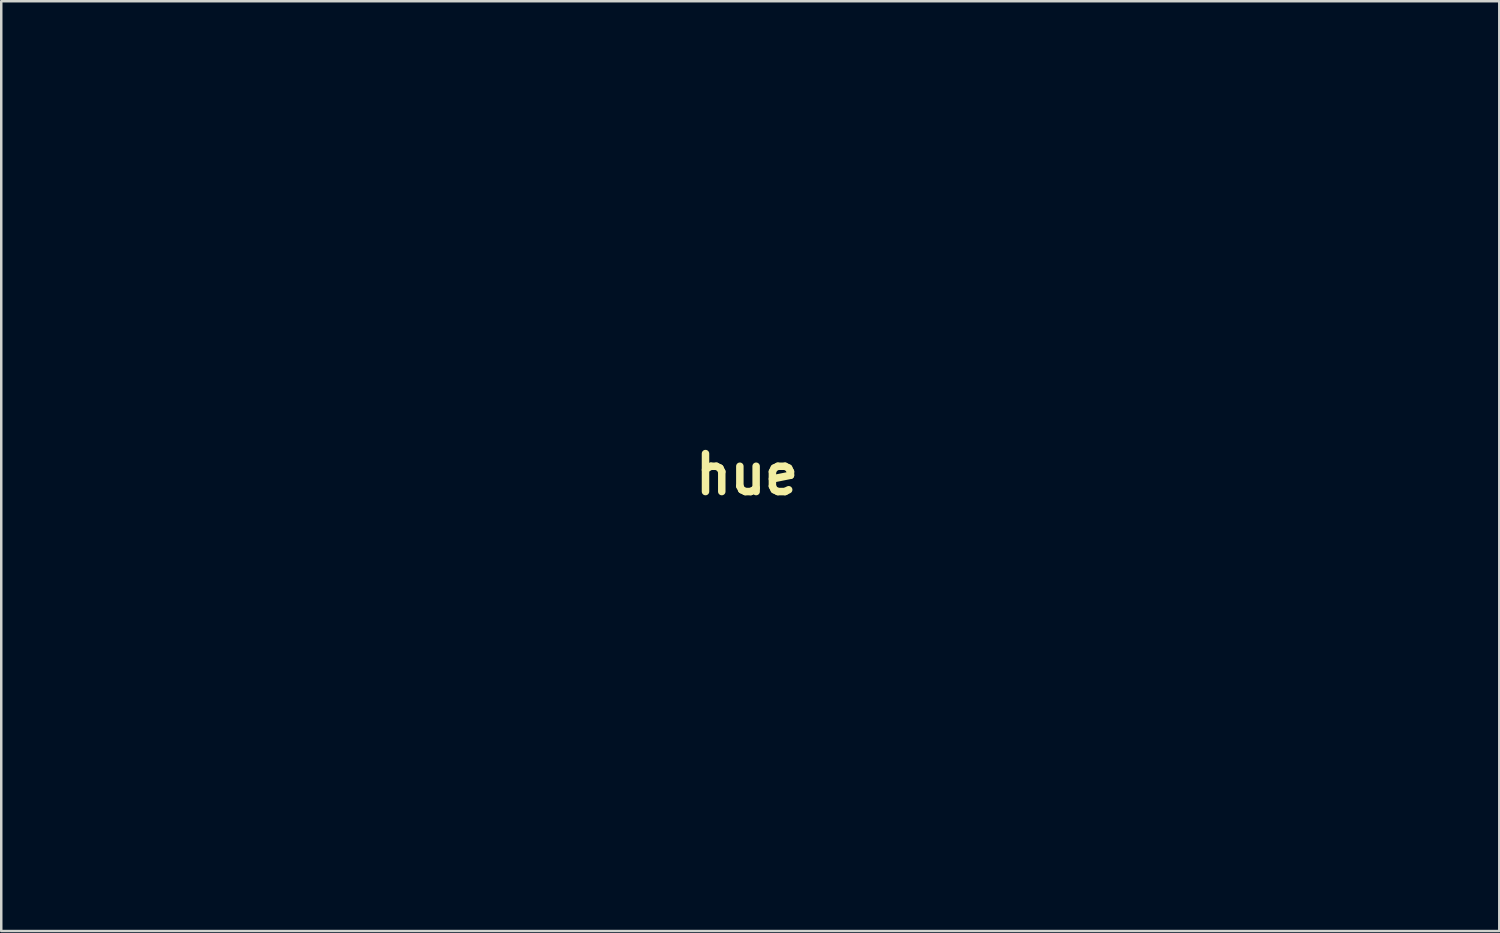
<source format=kicad_pcb>
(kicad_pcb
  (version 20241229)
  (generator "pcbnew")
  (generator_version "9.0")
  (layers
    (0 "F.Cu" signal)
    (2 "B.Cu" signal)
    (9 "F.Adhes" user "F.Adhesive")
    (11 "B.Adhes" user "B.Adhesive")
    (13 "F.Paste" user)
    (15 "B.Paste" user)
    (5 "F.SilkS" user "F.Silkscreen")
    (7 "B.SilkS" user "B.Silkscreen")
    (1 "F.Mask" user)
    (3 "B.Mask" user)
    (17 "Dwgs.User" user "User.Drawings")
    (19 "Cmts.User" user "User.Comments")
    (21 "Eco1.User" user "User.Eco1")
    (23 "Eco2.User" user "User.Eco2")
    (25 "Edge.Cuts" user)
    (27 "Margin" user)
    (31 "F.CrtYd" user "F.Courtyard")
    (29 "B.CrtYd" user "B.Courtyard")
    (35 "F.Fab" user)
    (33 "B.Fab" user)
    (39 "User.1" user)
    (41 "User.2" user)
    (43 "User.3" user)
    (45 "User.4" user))
  (footprint "hue"
    (layer "F.Cu")
    (at 26.932 15.988)
    (property "Reference" "hue" (at 0 0 0) (layer "F.SilkS") (effects (font (size 1.524 1.524) (thickness 0.3))))
    (attr through_hole)
    (fp_poly (pts (xy -15.016 15.22) (xy -18.376 15.22) (xy -18.376 12.013) (xy -15.016 12.013) (xy -15.016 15.22)) (stroke (width 0.01) (type solid)) (fill yes) (layer "F.Mask"))
    (fp_poly (pts (xy -6.108 15.22) (xy -9.773 15.22) (xy -9.773 13.591) (xy -6.108 13.591) (xy -6.108 15.22)) (stroke (width 0.01) (type solid)) (fill yes) (layer "F.Mask"))
    (fp_poly (pts (xy 11.402 15.321) (xy 7.686 15.321) (xy 7.686 13.591) (xy 11.402 13.591) (xy 11.402 15.321)) (stroke (width 0.01) (type solid)) (fill yes) (layer "F.Mask"))
    (fp_poly (pts (xy 19.801 15.321) (xy 16.594 15.321) (xy 16.594 13.591) (xy 19.801 13.591) (xy 19.801 15.321)) (stroke (width 0.01) (type solid)) (fill yes) (layer "F.Mask"))
    (fp_poly (pts (xy -23.568 1.527) (xy -18.426 1.527) (xy -18.426 5.141) (xy -21.684 5.141) (xy -21.684 3.36) (xy -25.296 3.36) (xy -25.324 1.553) (xy -26.125 1.538) (xy -26.927 1.524) (xy -26.927 -1.832) (xy -23.568 -1.832) (xy -23.568 1.527)) (stroke (width 0.01) (type solid)) (fill yes) (layer "F.Mask"))
    (fp_poly (pts (xy 7.952 -6.605) (xy 7.966 -5.828) (xy 8.844 -5.814) (xy 9.722 -5.8) (xy 9.722 -4.021) (xy 11.349 -4.021) (xy 11.363 -3.041) (xy 11.377 -2.062) (xy 18.299 -2.062) (xy 18.313 -3.041) (xy 18.327 -4.021) (xy 20.259 -4.021) (xy 20.259 -5.803) (xy 22.04 -5.803) (xy 22.04 -7.381) (xy 25.4 -7.381) (xy 25.4 -0.305) (xy 27.182 -0.305) (xy 27.182 8.246) (xy 25.349 8.246) (xy 25.349 10.028) (xy 23.618 10.028) (xy 23.618 11.962) (xy 6.212 11.962) (xy 6.198 11.008) (xy 6.185 10.053) (xy 5.256 10.039) (xy 4.327 10.025) (xy 4.327 8.144) (xy 2.8 8.144) (xy 2.8 6.363) (xy 9.773 6.363) (xy 9.773 10.079) (xy 22.04 10.079) (xy 22.04 6.363) (xy 20.208 6.363) (xy 20.208 8.195) (xy 16.543 8.195) (xy 16.543 6.363) (xy 14.914 6.363) (xy 14.914 8.195) (xy 11.351 8.195) (xy 11.351 6.363) (xy 9.773 6.363) (xy 2.8 6.363) (xy 2.8 3.056) (xy 7.89 3.056) (xy 7.89 3.936) (xy 7.893 4.299) (xy 7.901 4.568) (xy 7.916 4.75) (xy 7.938 4.853) (xy 7.952 4.877) (xy 7.996 4.895) (xy 8.096 4.909) (xy 8.258 4.919) (xy 8.49 4.925) (xy 8.801 4.928) (xy 9.198 4.928) (xy 9.689 4.925) (xy 9.695 4.925) (xy 11.377 4.912) (xy 11.38 4.455) (xy 16.45 4.455) (xy 16.452 4.67) (xy 16.458 4.816) (xy 16.464 4.873) (xy 16.495 4.897) (xy 16.573 4.914) (xy 16.71 4.924) (xy 16.918 4.929) (xy 17.208 4.929) (xy 17.471 4.926) (xy 18.452 4.912) (xy 18.452 3.054) (xy 20.208 3.054) (xy 20.208 4.939) (xy 21.926 4.925) (xy 23.644 4.912) (xy 23.657 3.041) (xy 23.671 1.171) (xy 21.99 1.171) (xy 21.99 3.054) (xy 20.208 3.054) (xy 18.452 3.054) (xy 18.452 2.978) (xy 16.467 2.978) (xy 16.453 3.892) (xy 16.45 4.19) (xy 16.45 4.455) (xy 11.38 4.455) (xy 11.39 3.041) (xy 11.403 1.171) (xy 9.725 1.171) (xy 9.711 2.1) (xy 9.697 3.029) (xy 7.89 3.056) (xy 2.8 3.056) (xy 2.8 -0.305) (xy 4.53 -0.305) (xy 4.53 -7.381) (xy 7.938 -7.381) (xy 7.952 -6.605)) (stroke (width 0.01) (type solid)) (fill yes) (layer "F.Mask"))
    (fp_poly (pts (xy 15.027 -15.207) (xy 15.041 -14.431) (xy 15.792 -14.417) (xy 16.543 -14.402) (xy 16.543 -4.072) (xy 11.402 -4.072) (xy 11.402 -5.854) (xy 9.773 -5.854) (xy 9.773 -7.432) (xy 11.249 -7.432) (xy 11.249 -9.01) (xy 9.468 -9.01) (xy 9.468 -7.432) (xy 7.992 -7.432) (xy 7.992 -9.264) (xy 4.479 -9.264) (xy 4.479 -7.434) (xy 3.627 -7.42) (xy 2.774 -7.406) (xy 2.748 -0.356) (xy 0.916 -0.356) (xy 0.917 3.805) (xy 0.917 4.456) (xy 0.918 5.084) (xy 0.92 5.681) (xy 0.923 6.238) (xy 0.926 6.747) (xy 0.929 7.2) (xy 0.933 7.588) (xy 0.938 7.903) (xy 0.942 8.136) (xy 0.947 8.279) (xy 0.949 8.31) (xy 0.982 8.653) (xy 2.746 8.653) (xy 2.76 9.379) (xy 2.774 10.104) (xy 3.525 10.118) (xy 4.276 10.132) (xy 4.276 11.962) (xy -14.965 11.962) (xy -14.965 10.028) (xy -16.492 10.028) (xy -16.492 6.719) (xy -11.3 6.719) (xy -11.3 8.552) (xy -9.468 8.552) (xy -9.468 6.719) (xy -11.3 6.719) (xy -16.492 6.719) (xy -16.492 6.035) (xy -6.049 6.035) (xy -6.049 6.287) (xy -6.046 6.487) (xy -6.04 6.616) (xy -6.035 6.653) (xy -6 6.679) (xy -5.91 6.697) (xy -5.753 6.71) (xy -5.519 6.717) (xy -5.195 6.719) (xy -5.143 6.719) (xy -4.276 6.719) (xy -4.276 4.884) (xy -5.154 4.898) (xy -6.032 4.912) (xy -6.046 5.75) (xy -6.049 6.035) (xy -16.492 6.035) (xy -16.492 3.41) (xy -13.082 3.41) (xy -11.298 3.41) (xy -11.312 2.456) (xy -11.326 1.502) (xy -12.204 1.488) (xy -13.082 1.474) (xy -13.082 3.41) (xy -16.492 3.41) (xy -16.492 -2.189) (xy -9.468 -2.189) (xy -9.468 -0.356) (xy -7.941 -0.356) (xy -2.698 -0.356) (xy -2.698 1.476) (xy -0.865 1.476) (xy -0.865 -0.356) (xy -2.698 -0.356) (xy -7.941 -0.356) (xy -7.941 -2.189) (xy -9.468 -2.189) (xy -16.492 -2.189) (xy -16.492 -5.548) (xy -4.225 -5.548) (xy -4.225 -3.716) (xy -2.749 -3.716) (xy -2.749 -5.548) (xy -4.225 -5.548) (xy -16.492 -5.548) (xy -16.492 -10.791) (xy -11.3 -10.791) (xy -11.3 -8.959) (xy -9.468 -8.959) (xy -9.468 -10.791) (xy -11.3 -10.791) (xy -16.492 -10.791) (xy -16.492 -12.573) (xy -2.698 -12.573) (xy -2.698 -10.791) (xy -0.916 -10.791) (xy -0.916 -12.573) (xy 2.8 -12.573) (xy 2.8 -10.791) (xy 4.276 -10.791) (xy 4.276 -12.573) (xy 2.8 -12.573) (xy -0.916 -12.573) (xy -2.698 -12.573) (xy -16.492 -12.573) (xy -16.492 -14.456) (xy -14.965 -14.456) (xy -14.965 -15.983) (xy 15.013 -15.983) (xy 15.027 -15.207)) (stroke (width 0.01) (type solid)) (fill yes) (layer "F.Mask")))
  (gr_rect
    (start -3 -3)
    (end 57.119 34.315)
    (stroke (width 0.1) (type default))
    (fill no)
    (layer "Edge.Cuts")))
</source>
